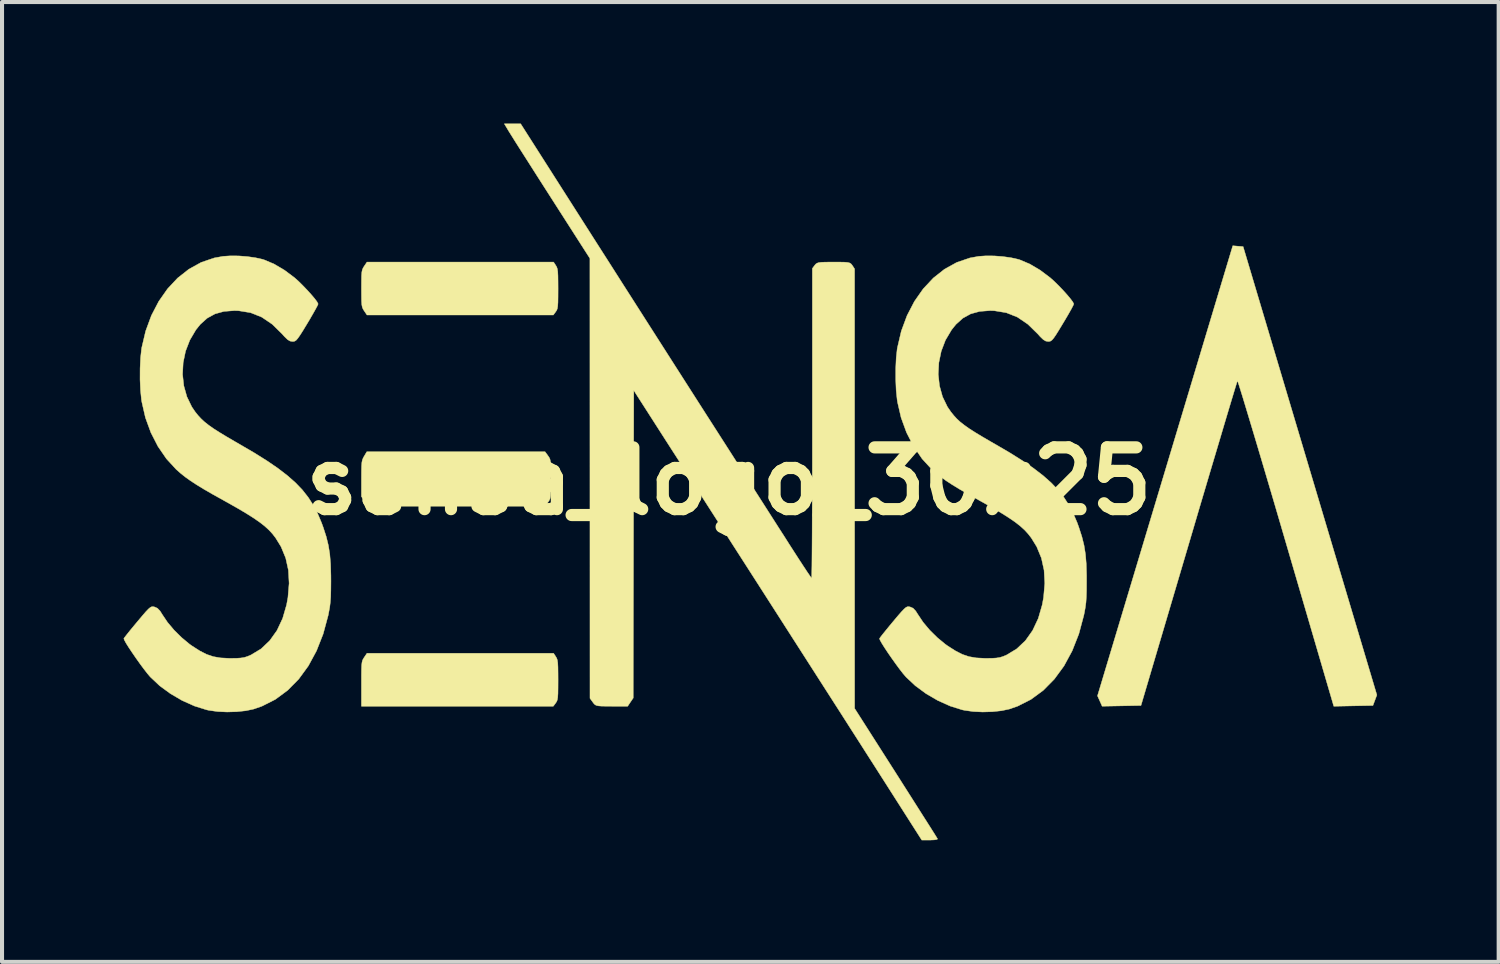
<source format=kicad_pcb>
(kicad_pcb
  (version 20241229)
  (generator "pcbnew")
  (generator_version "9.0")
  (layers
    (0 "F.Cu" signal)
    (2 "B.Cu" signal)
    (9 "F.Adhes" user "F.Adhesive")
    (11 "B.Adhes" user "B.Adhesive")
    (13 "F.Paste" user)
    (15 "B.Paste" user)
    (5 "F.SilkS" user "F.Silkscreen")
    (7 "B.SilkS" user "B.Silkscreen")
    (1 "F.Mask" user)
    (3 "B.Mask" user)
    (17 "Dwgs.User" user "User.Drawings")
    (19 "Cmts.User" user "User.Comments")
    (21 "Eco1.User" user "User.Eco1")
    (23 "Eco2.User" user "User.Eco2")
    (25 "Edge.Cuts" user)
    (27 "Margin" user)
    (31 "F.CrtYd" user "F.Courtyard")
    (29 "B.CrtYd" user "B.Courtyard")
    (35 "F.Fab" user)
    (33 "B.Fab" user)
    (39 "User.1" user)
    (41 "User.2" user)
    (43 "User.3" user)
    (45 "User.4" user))
  (footprint "sensa_logo_30x25"
    (layer "F.Cu")
    (at 14.935 8.822)
    (property "Reference" "sensa_logo_30x25" (at 0 0 0) (layer "F.SilkS") (effects (font (size 1.524 1.524) (thickness 0.3))))
    (attr through_hole)
    (fp_poly (pts (xy -4.272 4.329) (xy -4.249 4.369) (xy -4.234 4.415) (xy -4.224 4.483) (xy -4.219 4.585) (xy -4.217 4.735) (xy -4.216 4.904) (xy -4.217 5.102) (xy -4.219 5.241) (xy -4.225 5.334) (xy -4.235 5.395) (xy -4.251 5.437) (xy -4.275 5.472) (xy -4.275 5.473) (xy -4.334 5.552) (xy -9.068 5.552) (xy -9.068 5) (xy -9.068 4.789) (xy -9.066 4.638) (xy -9.062 4.534) (xy -9.053 4.465) (xy -9.04 4.416) (xy -9.019 4.377) (xy -9 4.347) (xy -8.931 4.245) (xy -4.327 4.245) (xy -4.272 4.329)) (stroke (width 0.01) (type solid)) (fill yes) (layer "F.SilkS"))
    (fp_poly (pts (xy -4.465 -0.628) (xy -4.437 -0.587) (xy -4.417 -0.546) (xy -4.404 -0.491) (xy -4.398 -0.41) (xy -4.395 -0.287) (xy -4.394 -0.109) (xy -4.394 -0.054) (xy -4.395 0.139) (xy -4.397 0.275) (xy -4.402 0.365) (xy -4.413 0.425) (xy -4.431 0.468) (xy -4.457 0.508) (xy -4.465 0.519) (xy -4.537 0.617) (xy -8.905 0.617) (xy -8.987 0.497) (xy -9.068 0.378) (xy -9.068 -0.062) (xy -9.067 -0.249) (xy -9.064 -0.379) (xy -9.057 -0.466) (xy -9.044 -0.527) (xy -9.023 -0.577) (xy -9.002 -0.614) (xy -8.936 -0.726) (xy -4.537 -0.726) (xy -4.465 -0.628)) (stroke (width 0.01) (type solid)) (fill yes) (layer "F.SilkS"))
    (fp_poly (pts (xy -4.272 -5.323) (xy -4.249 -5.283) (xy -4.234 -5.237) (xy -4.224 -5.169) (xy -4.219 -5.067) (xy -4.217 -4.917) (xy -4.216 -4.748) (xy -4.217 -4.55) (xy -4.219 -4.411) (xy -4.225 -4.318) (xy -4.235 -4.257) (xy -4.251 -4.215) (xy -4.275 -4.18) (xy -4.275 -4.179) (xy -4.334 -4.1) (xy -8.931 -4.1) (xy -9 -4.202) (xy -9.028 -4.247) (xy -9.047 -4.293) (xy -9.059 -4.353) (xy -9.065 -4.443) (xy -9.067 -4.577) (xy -9.068 -4.753) (xy -9.067 -4.942) (xy -9.065 -5.072) (xy -9.058 -5.159) (xy -9.046 -5.218) (xy -9.026 -5.263) (xy -9 -5.305) (xy -8.931 -5.407) (xy -4.327 -5.407) (xy -4.272 -5.323)) (stroke (width 0.01) (type solid)) (fill yes) (layer "F.SilkS"))
    (fp_poly (pts (xy 12.557 -5.798) (xy 12.685 -5.788) (xy 14.335 -0.256) (xy 15.985 5.275) (xy 15.888 5.534) (xy 15.405 5.543) (xy 14.922 5.553) (xy 13.743 1.524) (xy 13.593 1.011) (xy 13.448 0.517) (xy 13.309 0.047) (xy 13.178 -0.396) (xy 13.056 -0.807) (xy 12.944 -1.182) (xy 12.843 -1.518) (xy 12.755 -1.81) (xy 12.681 -2.055) (xy 12.621 -2.248) (xy 12.578 -2.384) (xy 12.552 -2.461) (xy 12.545 -2.477) (xy 12.533 -2.441) (xy 12.502 -2.342) (xy 12.454 -2.184) (xy 12.39 -1.972) (xy 12.311 -1.709) (xy 12.219 -1.401) (xy 12.115 -1.05) (xy 11.999 -0.661) (xy 11.873 -0.239) (xy 11.739 0.213) (xy 11.597 0.691) (xy 11.45 1.19) (xy 11.346 1.542) (xy 10.165 5.534) (xy 9.686 5.543) (xy 9.207 5.552) (xy 9.15 5.424) (xy 9.092 5.296) (xy 10.761 -0.257) (xy 12.43 -5.809) (xy 12.557 -5.798)) (stroke (width 0.01) (type solid)) (fill yes) (layer "F.SilkS"))
    (fp_poly (pts (xy -3.516 -6.271) (xy -3.24 -5.838) (xy -2.942 -5.372) (xy -2.63 -4.882) (xy -2.308 -4.378) (xy -1.983 -3.869) (xy -1.661 -3.365) (xy -1.348 -2.875) (xy -1.05 -2.409) (xy -0.773 -1.976) (xy -0.523 -1.585) (xy -0.483 -1.523) (xy -0.249 -1.158) (xy -0.014 -0.791) (xy 0.22 -0.425) (xy 0.448 -0.069) (xy 0.666 0.271) (xy 0.87 0.59) (xy 1.056 0.881) (xy 1.22 1.138) (xy 1.359 1.354) (xy 1.467 1.524) (xy 1.473 1.534) (xy 1.607 1.742) (xy 1.73 1.933) (xy 1.838 2.098) (xy 1.927 2.233) (xy 1.993 2.33) (xy 2.031 2.384) (xy 2.038 2.392) (xy 2.041 2.357) (xy 2.043 2.254) (xy 2.046 2.088) (xy 2.048 1.863) (xy 2.05 1.585) (xy 2.052 1.258) (xy 2.053 0.887) (xy 2.055 0.476) (xy 2.056 0.031) (xy 2.057 -0.444) (xy 2.057 -0.945) (xy 2.057 -1.427) (xy 2.057 -5.249) (xy 2.116 -5.328) (xy 2.141 -5.357) (xy 2.171 -5.378) (xy 2.213 -5.393) (xy 2.277 -5.401) (xy 2.371 -5.405) (xy 2.503 -5.406) (xy 2.582 -5.407) (xy 2.734 -5.406) (xy 2.844 -5.404) (xy 2.921 -5.398) (xy 2.971 -5.387) (xy 3.004 -5.37) (xy 3.028 -5.345) (xy 3.044 -5.323) (xy 3.099 -5.239) (xy 3.1 5.606) (xy 4.118 7.202) (xy 4.301 7.49) (xy 4.474 7.762) (xy 4.634 8.014) (xy 4.778 8.241) (xy 4.903 8.437) (xy 5.005 8.598) (xy 5.082 8.72) (xy 5.13 8.798) (xy 5.147 8.826) (xy 5.13 8.839) (xy 5.073 8.849) (xy 4.987 8.853) (xy 4.958 8.854) (xy 4.757 8.854) (xy 3.779 7.321) (xy 3.608 7.053) (xy 3.423 6.764) (xy 3.224 6.452) (xy 3.008 6.115) (xy 2.775 5.75) (xy 2.523 5.357) (xy 2.25 4.931) (xy 1.956 4.472) (xy 1.638 3.976) (xy 1.296 3.442) (xy 0.928 2.868) (xy 0.533 2.252) (xy 0.108 1.59) (xy -0.346 0.882) (xy -0.832 0.125) (xy -1.35 -0.683) (xy -1.372 -0.716) (xy -2.349 -2.24) (xy -2.356 1.554) (xy -2.362 5.349) (xy -2.431 5.45) (xy -2.499 5.552) (xy -2.893 5.552) (xy -3.042 5.551) (xy -3.149 5.549) (xy -3.223 5.543) (xy -3.273 5.532) (xy -3.307 5.513) (xy -3.335 5.485) (xy -3.358 5.454) (xy -3.429 5.357) (xy -3.431 -5.497) (xy -4.384 -6.985) (xy -4.565 -7.268) (xy -4.739 -7.54) (xy -4.901 -7.795) (xy -5.049 -8.027) (xy -5.179 -8.231) (xy -5.287 -8.401) (xy -5.369 -8.533) (xy -5.423 -8.619) (xy -5.439 -8.645) (xy -5.542 -8.817) (xy -5.139 -8.817) (xy -3.516 -6.271)) (stroke (width 0.01) (type solid)) (fill yes) (layer "F.SilkS"))
    (fp_poly (pts (xy -12.096 -5.558) (xy -11.885 -5.542) (xy -11.686 -5.514) (xy -11.514 -5.476) (xy -11.469 -5.462) (xy -11.223 -5.358) (xy -10.967 -5.207) (xy -10.72 -5.022) (xy -10.713 -5.016) (xy -10.615 -4.928) (xy -10.509 -4.823) (xy -10.402 -4.711) (xy -10.303 -4.601) (xy -10.22 -4.503) (xy -10.162 -4.425) (xy -10.137 -4.376) (xy -10.136 -4.372) (xy -10.152 -4.334) (xy -10.196 -4.251) (xy -10.262 -4.134) (xy -10.344 -3.992) (xy -10.404 -3.892) (xy -10.505 -3.725) (xy -10.58 -3.607) (xy -10.635 -3.528) (xy -10.676 -3.48) (xy -10.711 -3.456) (xy -10.746 -3.448) (xy -10.768 -3.447) (xy -10.828 -3.457) (xy -10.889 -3.493) (xy -10.965 -3.566) (xy -11.023 -3.631) (xy -11.268 -3.872) (xy -11.526 -4.047) (xy -11.801 -4.157) (xy -12.1 -4.206) (xy -12.202 -4.209) (xy -12.46 -4.189) (xy -12.681 -4.128) (xy -12.874 -4.022) (xy -13.045 -3.868) (xy -13.153 -3.733) (xy -13.302 -3.48) (xy -13.407 -3.208) (xy -13.466 -2.924) (xy -13.481 -2.637) (xy -13.45 -2.354) (xy -13.374 -2.084) (xy -13.253 -1.834) (xy -13.168 -1.709) (xy -13.097 -1.621) (xy -13.023 -1.541) (xy -12.94 -1.464) (xy -12.842 -1.386) (xy -12.722 -1.301) (xy -12.575 -1.207) (xy -12.395 -1.098) (xy -12.176 -0.97) (xy -12.065 -0.906) (xy -11.709 -0.698) (xy -11.398 -0.503) (xy -11.129 -0.319) (xy -10.896 -0.14) (xy -10.696 0.036) (xy -10.525 0.214) (xy -10.38 0.399) (xy -10.255 0.593) (xy -10.146 0.802) (xy -10.051 1.028) (xy -10.009 1.143) (xy -9.936 1.369) (xy -9.884 1.581) (xy -9.849 1.798) (xy -9.829 2.04) (xy -9.821 2.325) (xy -9.82 2.467) (xy -9.822 2.688) (xy -9.826 2.856) (xy -9.836 2.991) (xy -9.851 3.113) (xy -9.875 3.242) (xy -9.889 3.313) (xy -10.012 3.769) (xy -10.176 4.185) (xy -10.378 4.558) (xy -10.616 4.884) (xy -10.889 5.16) (xy -11.192 5.384) (xy -11.525 5.552) (xy -11.727 5.622) (xy -11.92 5.663) (xy -12.145 5.687) (xy -12.383 5.694) (xy -12.618 5.683) (xy -12.831 5.653) (xy -12.89 5.64) (xy -13.19 5.546) (xy -13.491 5.411) (xy -13.78 5.242) (xy -14.045 5.048) (xy -14.272 4.834) (xy -14.279 4.827) (xy -14.348 4.746) (xy -14.434 4.635) (xy -14.53 4.506) (xy -14.629 4.367) (xy -14.723 4.23) (xy -14.808 4.103) (xy -14.875 3.996) (xy -14.917 3.919) (xy -14.93 3.882) (xy -14.909 3.851) (xy -14.855 3.782) (xy -14.776 3.683) (xy -14.677 3.563) (xy -14.597 3.467) (xy -14.477 3.324) (xy -14.389 3.222) (xy -14.325 3.155) (xy -14.278 3.115) (xy -14.242 3.097) (xy -14.208 3.096) (xy -14.173 3.102) (xy -14.101 3.134) (xy -14.036 3.202) (xy -13.98 3.291) (xy -13.853 3.48) (xy -13.69 3.674) (xy -13.504 3.858) (xy -13.309 4.02) (xy -13.25 4.062) (xy -13.058 4.185) (xy -12.888 4.272) (xy -12.722 4.328) (xy -12.544 4.359) (xy -12.335 4.37) (xy -12.306 4.37) (xy -12.158 4.369) (xy -12.047 4.362) (xy -11.957 4.348) (xy -11.876 4.322) (xy -11.79 4.285) (xy -11.542 4.135) (xy -11.329 3.932) (xy -11.151 3.682) (xy -11.012 3.386) (xy -10.914 3.049) (xy -10.881 2.867) (xy -10.852 2.519) (xy -10.87 2.196) (xy -10.936 1.896) (xy -11.051 1.617) (xy -11.185 1.399) (xy -11.262 1.299) (xy -11.351 1.203) (xy -11.455 1.108) (xy -11.581 1.01) (xy -11.733 0.905) (xy -11.917 0.789) (xy -12.137 0.659) (xy -12.4 0.511) (xy -12.471 0.471) (xy -12.73 0.327) (xy -12.947 0.202) (xy -13.129 0.091) (xy -13.282 -0.009) (xy -13.414 -0.103) (xy -13.529 -0.195) (xy -13.636 -0.289) (xy -13.636 -0.289) (xy -13.878 -0.552) (xy -14.088 -0.858) (xy -14.263 -1.2) (xy -14.397 -1.567) (xy -14.485 -1.951) (xy -14.495 -2.01) (xy -14.518 -2.24) (xy -14.53 -2.506) (xy -14.529 -2.783) (xy -14.517 -3.043) (xy -14.493 -3.263) (xy -14.489 -3.291) (xy -14.391 -3.705) (xy -14.25 -4.088) (xy -14.069 -4.436) (xy -13.852 -4.746) (xy -13.603 -5.012) (xy -13.325 -5.231) (xy -13.023 -5.398) (xy -12.701 -5.508) (xy -12.481 -5.548) (xy -12.3 -5.56) (xy -12.096 -5.558)) (stroke (width 0.01) (type solid)) (fill yes) (layer "F.SilkS"))
    (fp_poly (pts (xy 6.548 -5.558) (xy 6.758 -5.542) (xy 6.958 -5.514) (xy 7.129 -5.476) (xy 7.175 -5.462) (xy 7.421 -5.358) (xy 7.677 -5.207) (xy 7.923 -5.022) (xy 7.93 -5.016) (xy 8.028 -4.928) (xy 8.135 -4.823) (xy 8.242 -4.711) (xy 8.341 -4.601) (xy 8.423 -4.503) (xy 8.481 -4.425) (xy 8.507 -4.376) (xy 8.507 -4.372) (xy 8.491 -4.334) (xy 8.448 -4.251) (xy 8.382 -4.134) (xy 8.299 -3.992) (xy 8.239 -3.892) (xy 8.138 -3.725) (xy 8.064 -3.607) (xy 8.009 -3.528) (xy 7.967 -3.48) (xy 7.932 -3.456) (xy 7.898 -3.448) (xy 7.876 -3.447) (xy 7.816 -3.457) (xy 7.755 -3.493) (xy 7.679 -3.566) (xy 7.621 -3.631) (xy 7.375 -3.872) (xy 7.118 -4.047) (xy 6.842 -4.157) (xy 6.544 -4.206) (xy 6.441 -4.209) (xy 6.184 -4.189) (xy 5.962 -4.128) (xy 5.77 -4.022) (xy 5.599 -3.868) (xy 5.491 -3.733) (xy 5.341 -3.48) (xy 5.237 -3.208) (xy 5.178 -2.924) (xy 5.163 -2.637) (xy 5.194 -2.354) (xy 5.269 -2.084) (xy 5.39 -1.834) (xy 5.476 -1.709) (xy 5.547 -1.621) (xy 5.62 -1.541) (xy 5.703 -1.464) (xy 5.802 -1.386) (xy 5.921 -1.301) (xy 6.068 -1.207) (xy 6.248 -1.098) (xy 6.467 -0.97) (xy 6.579 -0.906) (xy 6.935 -0.698) (xy 7.245 -0.503) (xy 7.515 -0.319) (xy 7.748 -0.14) (xy 7.947 0.036) (xy 8.118 0.214) (xy 8.264 0.399) (xy 8.389 0.593) (xy 8.497 0.802) (xy 8.593 1.028) (xy 8.634 1.143) (xy 8.707 1.369) (xy 8.76 1.581) (xy 8.795 1.798) (xy 8.815 2.04) (xy 8.823 2.325) (xy 8.823 2.467) (xy 8.822 2.688) (xy 8.817 2.856) (xy 8.808 2.991) (xy 8.792 3.113) (xy 8.769 3.242) (xy 8.754 3.313) (xy 8.632 3.769) (xy 8.468 4.185) (xy 8.266 4.558) (xy 8.027 4.884) (xy 7.755 5.16) (xy 7.451 5.384) (xy 7.119 5.552) (xy 6.916 5.622) (xy 6.723 5.663) (xy 6.499 5.687) (xy 6.26 5.694) (xy 6.026 5.683) (xy 5.813 5.653) (xy 5.753 5.64) (xy 5.453 5.546) (xy 5.153 5.411) (xy 4.863 5.242) (xy 4.599 5.048) (xy 4.371 4.834) (xy 4.365 4.827) (xy 4.295 4.746) (xy 4.209 4.635) (xy 4.114 4.506) (xy 4.015 4.367) (xy 3.92 4.23) (xy 3.836 4.103) (xy 3.769 3.996) (xy 3.726 3.919) (xy 3.714 3.882) (xy 3.735 3.851) (xy 3.788 3.782) (xy 3.868 3.683) (xy 3.966 3.563) (xy 4.046 3.467) (xy 4.166 3.324) (xy 4.255 3.222) (xy 4.319 3.155) (xy 4.365 3.115) (xy 4.402 3.097) (xy 4.436 3.096) (xy 4.47 3.102) (xy 4.543 3.134) (xy 4.607 3.202) (xy 4.664 3.291) (xy 4.79 3.48) (xy 4.953 3.674) (xy 5.139 3.858) (xy 5.335 4.02) (xy 5.394 4.062) (xy 5.586 4.185) (xy 5.756 4.272) (xy 5.921 4.328) (xy 6.1 4.359) (xy 6.309 4.37) (xy 6.337 4.37) (xy 6.485 4.369) (xy 6.597 4.362) (xy 6.686 4.348) (xy 6.768 4.322) (xy 6.854 4.285) (xy 7.101 4.135) (xy 7.315 3.932) (xy 7.492 3.682) (xy 7.631 3.386) (xy 7.729 3.049) (xy 7.762 2.867) (xy 7.792 2.519) (xy 7.774 2.196) (xy 7.708 1.896) (xy 7.593 1.617) (xy 7.459 1.399) (xy 7.381 1.299) (xy 7.293 1.203) (xy 7.188 1.108) (xy 7.063 1.01) (xy 6.91 0.905) (xy 6.727 0.789) (xy 6.506 0.659) (xy 6.244 0.511) (xy 6.172 0.471) (xy 5.914 0.327) (xy 5.697 0.202) (xy 5.515 0.091) (xy 5.361 -0.009) (xy 5.23 -0.103) (xy 5.114 -0.195) (xy 5.008 -0.289) (xy 5.007 -0.289) (xy 4.766 -0.552) (xy 4.556 -0.858) (xy 4.381 -1.2) (xy 4.247 -1.567) (xy 4.158 -1.951) (xy 4.149 -2.01) (xy 4.125 -2.24) (xy 4.114 -2.506) (xy 4.114 -2.783) (xy 4.126 -3.043) (xy 4.15 -3.263) (xy 4.155 -3.291) (xy 4.252 -3.705) (xy 4.394 -4.088) (xy 4.575 -4.436) (xy 4.792 -4.746) (xy 5.041 -5.012) (xy 5.318 -5.231) (xy 5.62 -5.398) (xy 5.943 -5.508) (xy 6.162 -5.548) (xy 6.343 -5.56) (xy 6.548 -5.558)) (stroke (width 0.01) (type solid)) (fill yes) (layer "F.SilkS")))
  (gr_rect
    (start -3 -3)
    (end 33.925 20.681)
    (stroke (width 0.1) (type default))
    (fill no)
    (layer "Edge.Cuts")))
</source>
